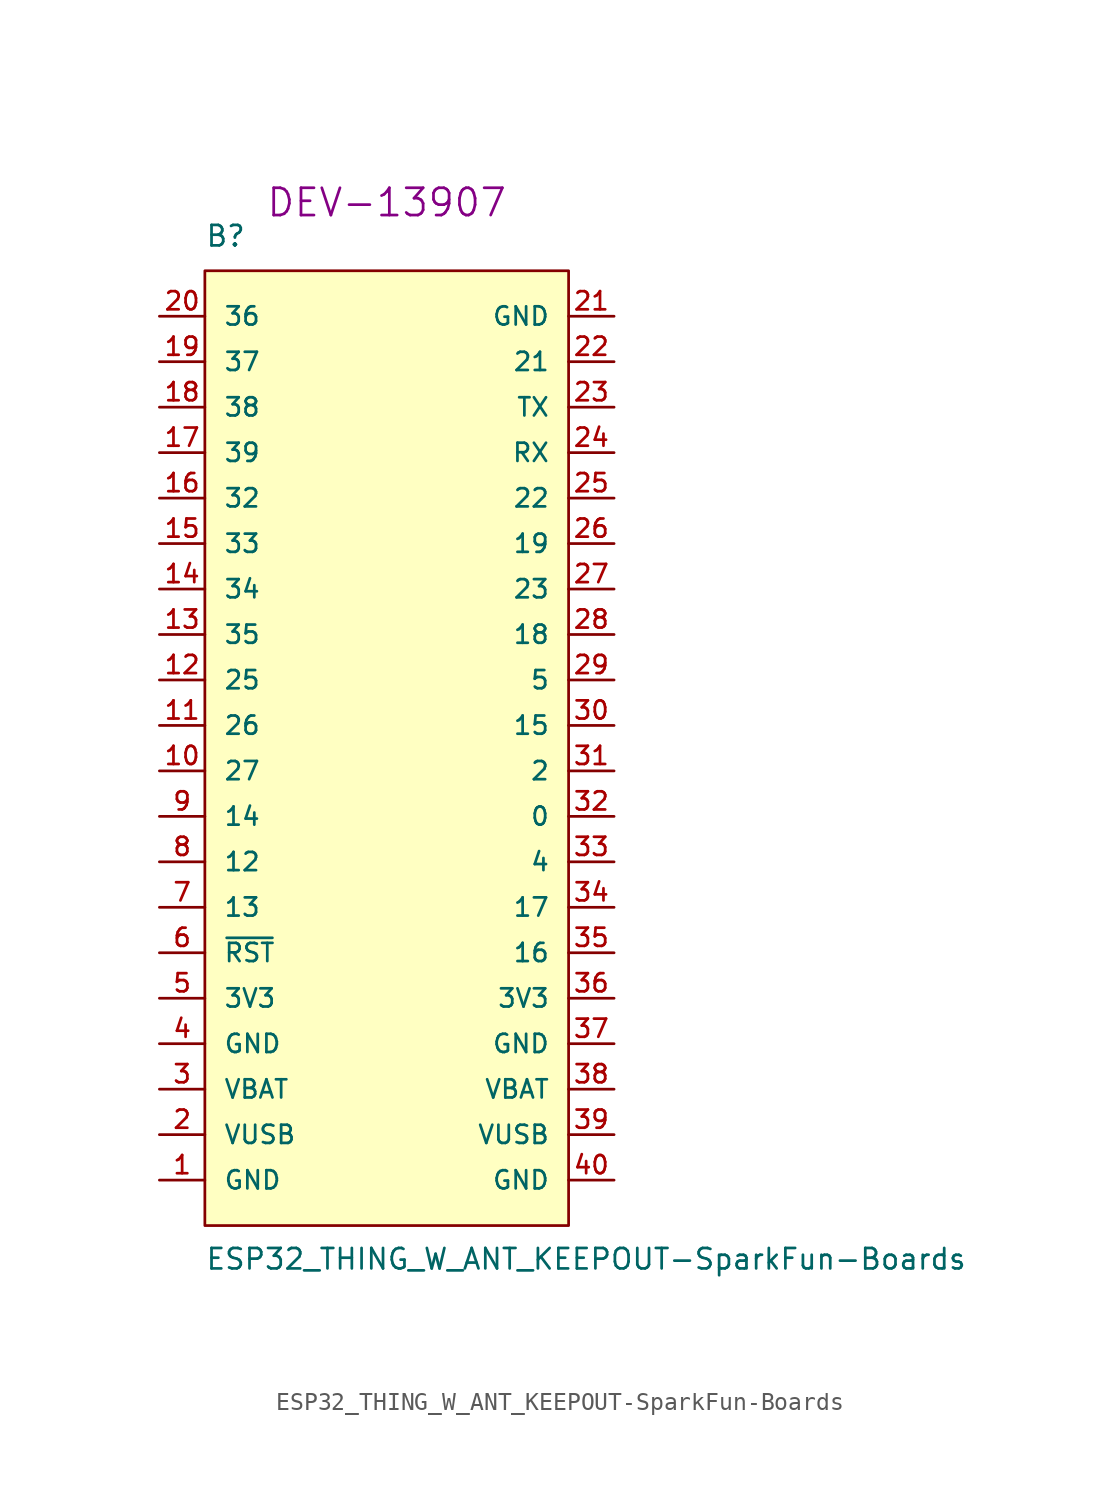
<source format=kicad_sym>
(kicad_symbol_lib
  (version 20211014)
  (generator kicad_symbol_editor)
  (symbol "ESP32_THING_W_ANT_KEEPOUT-SparkFun-Boards"
    (pin_names
      (offset 1.016))
    (property "Reference" "B"
      (at -10.16 29.21 0)
      (effects (font (size 1.143 1.143)) (justify left bottom)))
    (property "Value" "ESP32_THING_W_ANT_KEEPOUT-SparkFun-Boards"
      (at -10.16 -27.94 0)
      (effects (font (size 1.143 1.143)) (justify left bottom)))
    (property "Field4" "DEV-13907"
      (at 0 31.75 0)
      (effects (font (size 1.524 1.524))))
    (property "ki_locked" ""
      (at 0 0 0)
      (effects (font (size 1.27 1.27))))
    (symbol "ESP32_THING_W_ANT_KEEPOUT-SparkFun-Boards_1_1"
      (polyline (pts (xy -10.16 -25.4) (xy -10.16 27.94) (xy 10.16 27.94) (xy 10.16 -25.4) (xy -10.16 -25.4)) (stroke (width 0) (type default) (color 0 0 0 0)) (fill (type background)))
      (pin bidirectional line (at -12.7 -22.86 0) (length 2.54) (name "GND" (effects (font (size 1.016 1.016)))) (number "1" (effects (font (size 1.016 1.016)))))
      (pin bidirectional line (at -12.7 0 0) (length 2.54) (name "27" (effects (font (size 1.016 1.016)))) (number "10" (effects (font (size 1.016 1.016)))))
      (pin bidirectional line (at -12.7 2.54 0) (length 2.54) (name "26" (effects (font (size 1.016 1.016)))) (number "11" (effects (font (size 1.016 1.016)))))
      (pin bidirectional line (at -12.7 5.08 0) (length 2.54) (name "25" (effects (font (size 1.016 1.016)))) (number "12" (effects (font (size 1.016 1.016)))))
      (pin bidirectional line (at -12.7 7.62 0) (length 2.54) (name "35" (effects (font (size 1.016 1.016)))) (number "13" (effects (font (size 1.016 1.016)))))
      (pin bidirectional line (at -12.7 10.16 0) (length 2.54) (name "34" (effects (font (size 1.016 1.016)))) (number "14" (effects (font (size 1.016 1.016)))))
      (pin bidirectional line (at -12.7 12.7 0) (length 2.54) (name "33" (effects (font (size 1.016 1.016)))) (number "15" (effects (font (size 1.016 1.016)))))
      (pin bidirectional line (at -12.7 15.24 0) (length 2.54) (name "32" (effects (font (size 1.016 1.016)))) (number "16" (effects (font (size 1.016 1.016)))))
      (pin bidirectional line (at -12.7 17.78 0) (length 2.54) (name "39" (effects (font (size 1.016 1.016)))) (number "17" (effects (font (size 1.016 1.016)))))
      (pin bidirectional line (at -12.7 20.32 0) (length 2.54) (name "38" (effects (font (size 1.016 1.016)))) (number "18" (effects (font (size 1.016 1.016)))))
      (pin bidirectional line (at -12.7 22.86 0) (length 2.54) (name "37" (effects (font (size 1.016 1.016)))) (number "19" (effects (font (size 1.016 1.016)))))
      (pin bidirectional line (at -12.7 -20.32 0) (length 2.54) (name "VUSB" (effects (font (size 1.016 1.016)))) (number "2" (effects (font (size 1.016 1.016)))))
      (pin bidirectional line (at -12.7 25.4 0) (length 2.54) (name "36" (effects (font (size 1.016 1.016)))) (number "20" (effects (font (size 1.016 1.016)))))
      (pin bidirectional line (at 12.7 25.4 180) (length 2.54) (name "GND" (effects (font (size 1.016 1.016)))) (number "21" (effects (font (size 1.016 1.016)))))
      (pin bidirectional line (at 12.7 22.86 180) (length 2.54) (name "21" (effects (font (size 1.016 1.016)))) (number "22" (effects (font (size 1.016 1.016)))))
      (pin bidirectional line (at 12.7 20.32 180) (length 2.54) (name "TX" (effects (font (size 1.016 1.016)))) (number "23" (effects (font (size 1.016 1.016)))))
      (pin bidirectional line (at 12.7 17.78 180) (length 2.54) (name "RX" (effects (font (size 1.016 1.016)))) (number "24" (effects (font (size 1.016 1.016)))))
      (pin bidirectional line (at 12.7 15.24 180) (length 2.54) (name "22" (effects (font (size 1.016 1.016)))) (number "25" (effects (font (size 1.016 1.016)))))
      (pin bidirectional line (at 12.7 12.7 180) (length 2.54) (name "19" (effects (font (size 1.016 1.016)))) (number "26" (effects (font (size 1.016 1.016)))))
      (pin bidirectional line (at 12.7 10.16 180) (length 2.54) (name "23" (effects (font (size 1.016 1.016)))) (number "27" (effects (font (size 1.016 1.016)))))
      (pin bidirectional line (at 12.7 7.62 180) (length 2.54) (name "18" (effects (font (size 1.016 1.016)))) (number "28" (effects (font (size 1.016 1.016)))))
      (pin bidirectional line (at 12.7 5.08 180) (length 2.54) (name "5" (effects (font (size 1.016 1.016)))) (number "29" (effects (font (size 1.016 1.016)))))
      (pin bidirectional line (at -12.7 -17.78 0) (length 2.54) (name "VBAT" (effects (font (size 1.016 1.016)))) (number "3" (effects (font (size 1.016 1.016)))))
      (pin bidirectional line (at 12.7 2.54 180) (length 2.54) (name "15" (effects (font (size 1.016 1.016)))) (number "30" (effects (font (size 1.016 1.016)))))
      (pin bidirectional line (at 12.7 0 180) (length 2.54) (name "2" (effects (font (size 1.016 1.016)))) (number "31" (effects (font (size 1.016 1.016)))))
      (pin bidirectional line (at 12.7 -2.54 180) (length 2.54) (name "0" (effects (font (size 1.016 1.016)))) (number "32" (effects (font (size 1.016 1.016)))))
      (pin bidirectional line (at 12.7 -5.08 180) (length 2.54) (name "4" (effects (font (size 1.016 1.016)))) (number "33" (effects (font (size 1.016 1.016)))))
      (pin bidirectional line (at 12.7 -7.62 180) (length 2.54) (name "17" (effects (font (size 1.016 1.016)))) (number "34" (effects (font (size 1.016 1.016)))))
      (pin bidirectional line (at 12.7 -10.16 180) (length 2.54) (name "16" (effects (font (size 1.016 1.016)))) (number "35" (effects (font (size 1.016 1.016)))))
      (pin bidirectional line (at 12.7 -12.7 180) (length 2.54) (name "3V3" (effects (font (size 1.016 1.016)))) (number "36" (effects (font (size 1.016 1.016)))))
      (pin bidirectional line (at 12.7 -15.24 180) (length 2.54) (name "GND" (effects (font (size 1.016 1.016)))) (number "37" (effects (font (size 1.016 1.016)))))
      (pin bidirectional line (at 12.7 -17.78 180) (length 2.54) (name "VBAT" (effects (font (size 1.016 1.016)))) (number "38" (effects (font (size 1.016 1.016)))))
      (pin bidirectional line (at 12.7 -20.32 180) (length 2.54) (name "VUSB" (effects (font (size 1.016 1.016)))) (number "39" (effects (font (size 1.016 1.016)))))
      (pin bidirectional line (at -12.7 -15.24 0) (length 2.54) (name "GND" (effects (font (size 1.016 1.016)))) (number "4" (effects (font (size 1.016 1.016)))))
      (pin bidirectional line (at 12.7 -22.86 180) (length 2.54) (name "GND" (effects (font (size 1.016 1.016)))) (number "40" (effects (font (size 1.016 1.016)))))
      (pin bidirectional line (at -12.7 -12.7 0) (length 2.54) (name "3V3" (effects (font (size 1.016 1.016)))) (number "5" (effects (font (size 1.016 1.016)))))
      (pin bidirectional line (at -12.7 -10.16 0) (length 2.54) (name "~{RST}" (effects (font (size 1.016 1.016)))) (number "6" (effects (font (size 1.016 1.016)))))
      (pin bidirectional line (at -12.7 -7.62 0) (length 2.54) (name "13" (effects (font (size 1.016 1.016)))) (number "7" (effects (font (size 1.016 1.016)))))
      (pin bidirectional line (at -12.7 -5.08 0) (length 2.54) (name "12" (effects (font (size 1.016 1.016)))) (number "8" (effects (font (size 1.016 1.016)))))
      (pin bidirectional line (at -12.7 -2.54 0) (length 2.54) (name "14" (effects (font (size 1.016 1.016)))) (number "9" (effects (font (size 1.016 1.016))))))))
</source>
